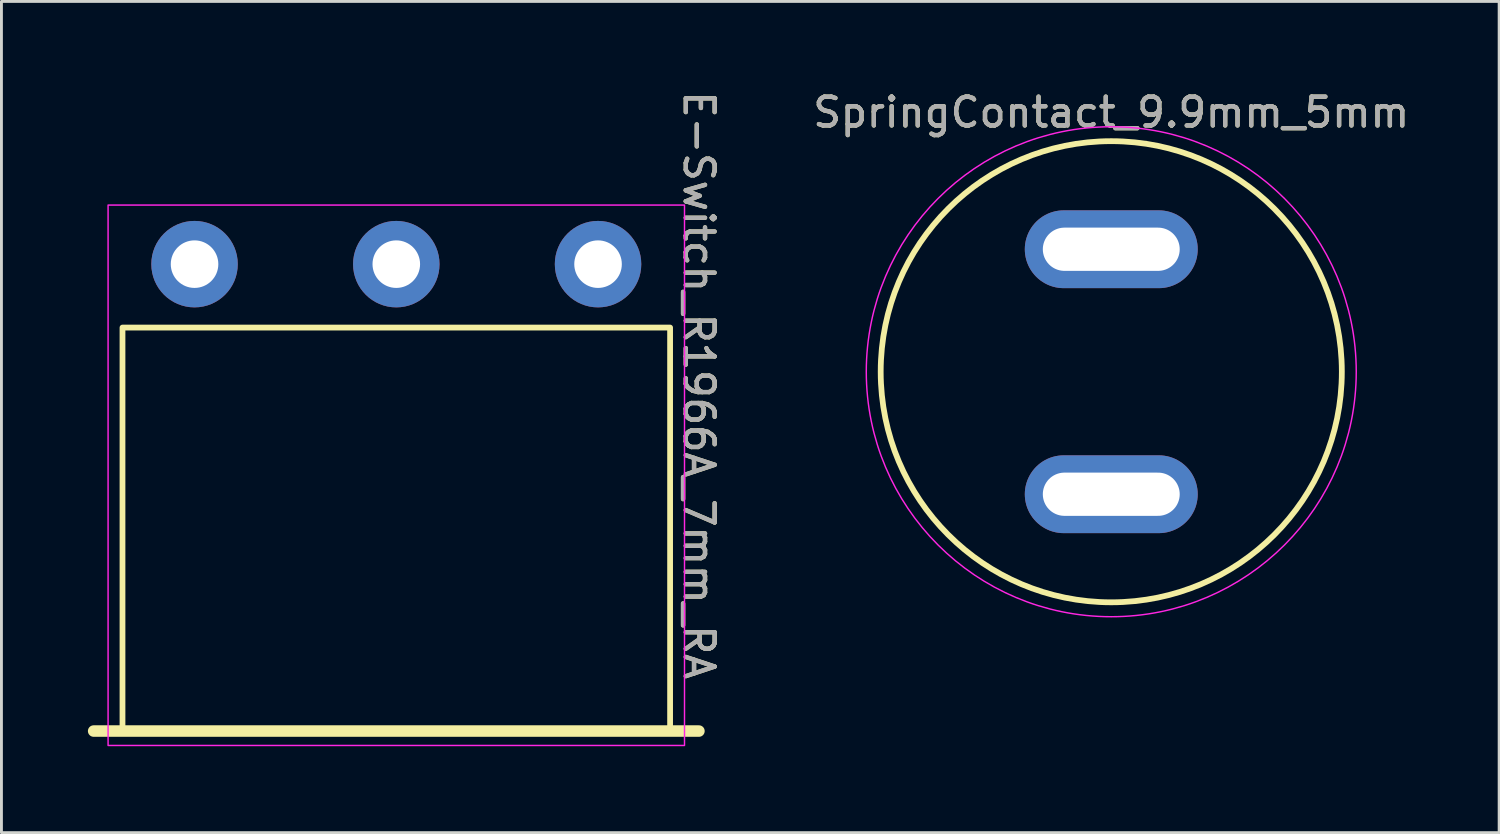
<source format=kicad_pcb>
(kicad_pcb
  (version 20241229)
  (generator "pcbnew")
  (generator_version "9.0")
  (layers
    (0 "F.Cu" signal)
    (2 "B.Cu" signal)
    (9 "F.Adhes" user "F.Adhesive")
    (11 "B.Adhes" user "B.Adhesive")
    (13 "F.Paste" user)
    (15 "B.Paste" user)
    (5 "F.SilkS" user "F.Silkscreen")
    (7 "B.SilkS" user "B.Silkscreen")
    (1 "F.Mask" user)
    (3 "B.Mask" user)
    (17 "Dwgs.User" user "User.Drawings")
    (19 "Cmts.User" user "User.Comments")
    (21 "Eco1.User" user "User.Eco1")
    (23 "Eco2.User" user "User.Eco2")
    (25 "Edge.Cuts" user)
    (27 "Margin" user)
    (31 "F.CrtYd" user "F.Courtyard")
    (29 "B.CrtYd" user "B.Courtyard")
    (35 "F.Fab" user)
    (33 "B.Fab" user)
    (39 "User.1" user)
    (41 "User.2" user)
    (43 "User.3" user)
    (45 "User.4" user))
  (footprint "SpringContact_9.9mm_5mm"
    (layer "F.Cu")
    (at 35.507 9.848)
    (property "Reference" "SpringContact_9.9mm_5mm" (at 0 -9 0) (unlocked yes) (layer "F.SilkS") (effects (font (size 1 1) (thickness 0.15))))
    (attr through_hole)
    (fp_circle (center 0 0) (end 8 0) (stroke (width 0.2) (type solid)) (fill no) (layer "F.SilkS"))
    (fp_circle (center 0 0) (end 0 -8.5) (stroke (width 0.05) (type solid)) (fill no) (layer "F.CrtYd"))
    (fp_text user "${REFERENCE}" (at 0 -9 0) (unlocked yes) (layer "F.Fab") (effects (font (size 1 1) (thickness 0.15))))
    (pad "1" thru_hole oval (at 0 -4.25) (size 6 2.7) (drill oval 4.75 1.5) (layers "*.Cu" "*.Mask"))
    (pad "1" thru_hole oval (at 0 4.25) (size 6 2.7) (drill oval 4.75 1.5) (layers "*.Cu" "*.Mask")))
  (footprint "E-Switch_R1966A‎_7mm_RA"
    (layer "F.Cu")
    (at 10.7 14.315)
    (property "Reference" "E-Switch_R1966A‎_7mm_RA" (at 10.5 -4 270) (unlocked yes) (layer "F.SilkS") (effects (font (size 1 1) (thickness 0.15))))
    (attr through_hole)
    (fp_line (start -10.5 8) (end 10.5 8) (stroke (width 0.4) (type solid)) (layer "F.SilkS"))
    (fp_rect (start -9.5 -6) (end 9.5 8) (stroke (width 0.2) (type solid)) (fill no) (layer "F.SilkS"))
    (fp_rect (start -10 8.5) (end 10 -10.25) (stroke (width 0.05) (type solid)) (fill no) (layer "F.CrtYd"))
    (fp_text user "${REFERENCE}" (at 10.5 -4 270) (unlocked yes) (layer "F.Fab") (effects (font (size 1 1) (thickness 0.15))))
    (pad "1" thru_hole circle (at -7 -8.2) (size 3 3) (drill 1.65) (layers "*.Cu" "*.Mask"))
    (pad "2" thru_hole circle (at 0 -8.2) (size 3 3) (drill 1.65) (layers "*.Cu" "*.Mask"))
    (pad "3" thru_hole circle (at 7 -8.2) (size 3 3) (drill 1.65) (layers "*.Cu" "*.Mask")))
  (gr_rect
    (start -3 -3)
    (end 48.965 25.84)
    (stroke (width 0.1) (type default))
    (fill no)
    (layer "Edge.Cuts")))
</source>
